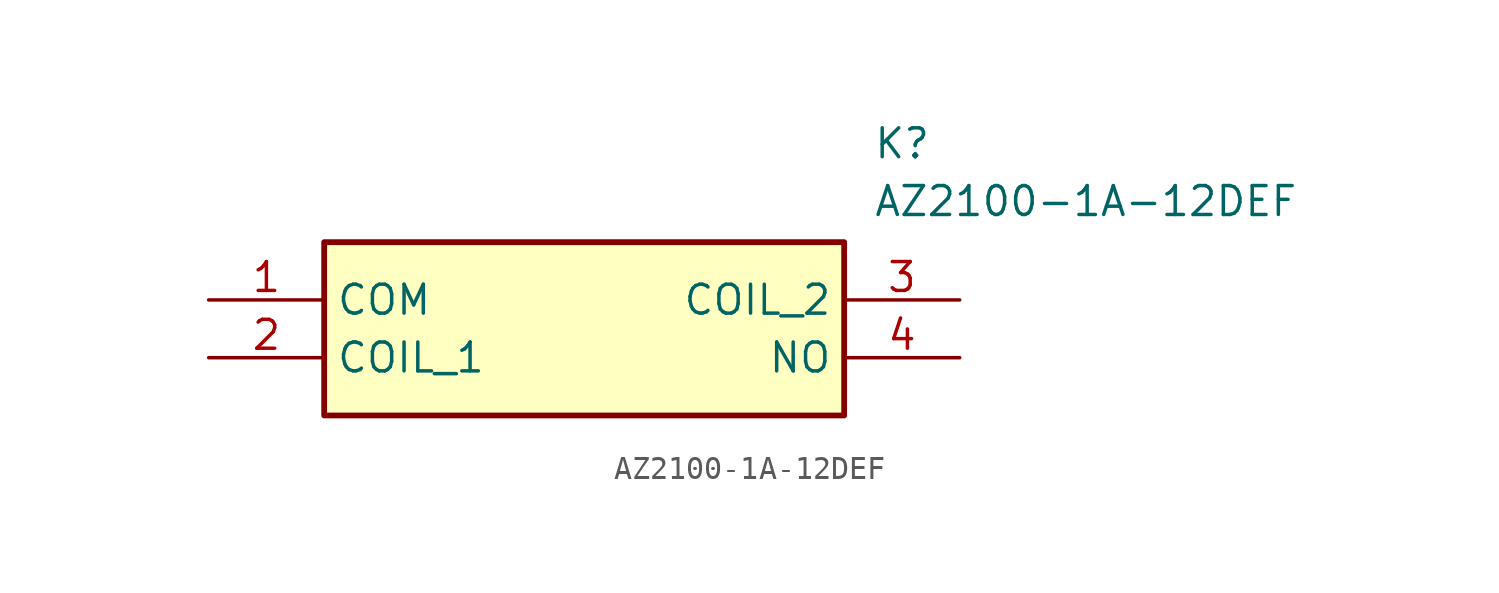
<source format=kicad_sym>
(kicad_symbol_lib
  (version 20211014)
  (generator SamacSys_ECAD_Model)
  (symbol "AZ2100-1A-12DEF"
    (property "Reference" "K"
      (at 29.21 7.62 0)
      (effects (font (size 1.27 1.27)) (justify left top)))
    (property "Value" "AZ2100-1A-12DEF"
      (at 29.21 5.08 0)
      (effects (font (size 1.27 1.27)) (justify left top)))
    (rectangle
      (start 5.08 2.54)
      (end 27.94 -5.08)
      (stroke (width 0.254) (type default))
      (fill (type background)))
    (pin passive line
      (at 0 0 0)
      (length 5.08)
      (name "COM" (effects (font (size 1.27 1.27))))
      (number "1" (effects (font (size 1.27 1.27)))))
    (pin passive line
      (at 0 -2.54 0)
      (length 5.08)
      (name "COIL_1" (effects (font (size 1.27 1.27))))
      (number "2" (effects (font (size 1.27 1.27)))))
    (pin passive line
      (at 33.02 0 180)
      (length 5.08)
      (name "COIL_2" (effects (font (size 1.27 1.27))))
      (number "3" (effects (font (size 1.27 1.27)))))
    (pin passive line
      (at 33.02 -2.54 180)
      (length 5.08)
      (name "NO" (effects (font (size 1.27 1.27))))
      (number "4" (effects (font (size 1.27 1.27)))))))
</source>
